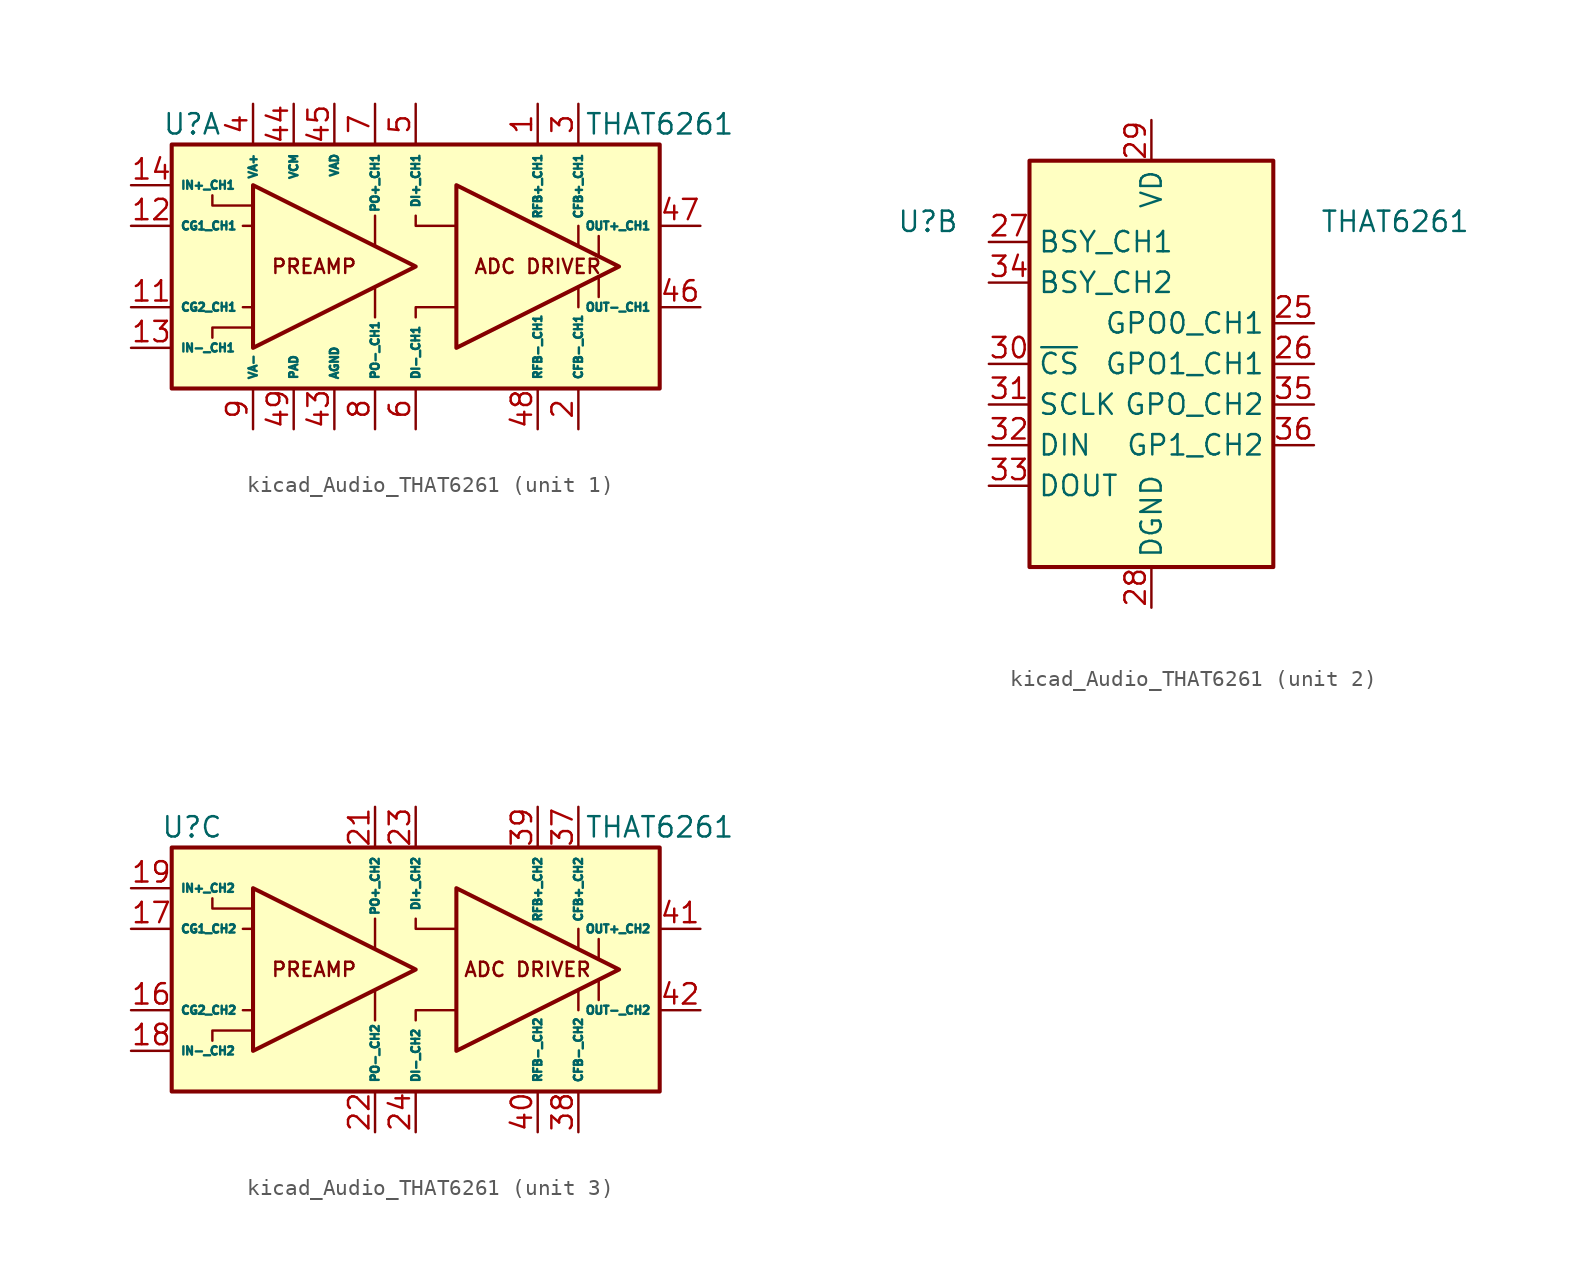
<source format=kicad_sym>
(kicad_symbol_lib
  (version 20220914)
  (generator kicad_symbol_editor)
  (symbol "kicad_Audio_THAT6261"
    (property "Reference" "U"
      (at -13.97 8.89 0)
      (effects (font (size 1.27 1.27))))
    (property "Value" "THAT6261"
      (at 15.24 8.89 0)
      (effects (font (size 1.27 1.27))))
    (property "ki_locked" ""
      (at 0 0 0)
      (effects (font (size 1.27 1.27))))
    (symbol "kicad_Audio_THAT6261_1_0"
      (polyline (pts (xy -10.795 -2.54) (xy -10.16 -2.54)) (stroke (width 0) (type default)) (fill (type none)))
      (polyline (pts (xy -10.795 2.54) (xy -10.16 2.54)) (stroke (width 0) (type default)) (fill (type none)))
      (polyline (pts (xy -2.54 -3.175) (xy -2.54 -1.27)) (stroke (width 0) (type default)) (fill (type none)))
      (polyline (pts (xy -2.54 3.175) (xy -2.54 1.27)) (stroke (width 0) (type default)) (fill (type none)))
      (polyline (pts (xy 10.16 -1.27) (xy 10.16 -2.54)) (stroke (width 0) (type default)) (fill (type none)))
      (polyline (pts (xy 10.16 2.54) (xy 10.16 1.27)) (stroke (width 0) (type default)) (fill (type none)))
      (polyline (pts (xy 11.43 -1.905) (xy 11.43 -0.635)) (stroke (width 0) (type default)) (fill (type none)))
      (polyline (pts (xy 11.43 0.635) (xy 11.43 1.905)) (stroke (width 0) (type default)) (fill (type none)))
      (polyline (pts (xy -12.7 -4.445) (xy -12.7 -3.81) (xy -10.16 -3.81)) (stroke (width 0) (type default)) (fill (type none)))
      (polyline (pts (xy 0 -3.175) (xy 0 -2.54) (xy 2.54 -2.54)) (stroke (width 0) (type default)) (fill (type none)))
      (polyline (pts (xy 0 3.175) (xy 0 2.54) (xy 2.54 2.54)) (stroke (width 0) (type default)) (fill (type none)))
      (polyline (pts (xy -12.7 4.445) (xy -12.7 3.81) (xy -10.795 3.81) (xy -10.16 3.81)) (stroke (width 0) (type default)) (fill (type none)))
      (text "ADC DRIVER" (at 7.62 0 0) (effects (font (size 0.889 0.889))))
      (text "PREAMP" (at -6.35 0 0) (effects (font (size 0.889 0.889)))))
    (symbol "kicad_Audio_THAT6261_1_1"
      (rectangle (start -15.24 7.62) (end 15.24 -7.62) (stroke (width 0.254) (type default)) (fill (type background)))
      (polyline (pts (xy 0 0) (xy -10.16 5.08) (xy -10.16 -5.08) (xy 0 0)) (stroke (width 0.254) (type default)) (fill (type background)))
      (polyline (pts (xy 2.54 -5.08) (xy 2.54 5.08) (xy 12.7 0) (xy 2.54 -5.08)) (stroke (width 0.254) (type default)) (fill (type background)))
      (pin passive line (at 7.62 10.16 270) (length 2.54) (name "RFB+_CH1" (effects (font (size 0.508 0.508)))) (number "1" (effects (font (size 1.27 1.27)))))
      (pin passive line (at -10.16 10.16 270) (length 2.54) hide (name "VA+" (effects (font (size 0.508 0.508)))) (number "10" (effects (font (size 1.27 1.27)))))
      (pin passive line (at -17.78 -2.54 0) (length 2.54) (name "CG2_CH1" (effects (font (size 0.508 0.508)))) (number "11" (effects (font (size 1.27 1.27)))))
      (pin passive line (at -17.78 2.54 0) (length 2.54) (name "CG1_CH1" (effects (font (size 0.508 0.508)))) (number "12" (effects (font (size 1.27 1.27)))))
      (pin input line (at -17.78 -5.08 0) (length 2.54) (name "IN-_CH1" (effects (font (size 0.508 0.508)))) (number "13" (effects (font (size 1.27 1.27)))))
      (pin input line (at -17.78 5.08 0) (length 2.54) (name "IN+_CH1" (effects (font (size 0.508 0.508)))) (number "14" (effects (font (size 1.27 1.27)))))
      (pin passive line (at -10.16 -10.16 90) (length 2.54) hide (name "VA-" (effects (font (size 0.508 0.508)))) (number "15" (effects (font (size 1.27 1.27)))))
      (pin passive line (at 10.16 -10.16 90) (length 2.54) (name "CFB-_CH1" (effects (font (size 0.508 0.508)))) (number "2" (effects (font (size 1.27 1.27)))))
      (pin passive line (at -10.16 -10.16 90) (length 2.54) hide (name "VA-" (effects (font (size 0.508 0.508)))) (number "20" (effects (font (size 1.27 1.27)))))
      (pin passive line (at 10.16 10.16 270) (length 2.54) (name "CFB+_CH1" (effects (font (size 0.508 0.508)))) (number "3" (effects (font (size 1.27 1.27)))))
      (pin power_in line (at -10.16 10.16 270) (length 2.54) (name "VA+" (effects (font (size 0.508 0.508)))) (number "4" (effects (font (size 1.27 1.27)))))
      (pin power_in line (at -5.08 -10.16 90) (length 2.54) (name "AGND" (effects (font (size 0.508 0.508)))) (number "43" (effects (font (size 1.27 1.27)))))
      (pin power_in line (at -7.62 10.16 270) (length 2.54) (name "VCM" (effects (font (size 0.508 0.508)))) (number "44" (effects (font (size 1.27 1.27)))))
      (pin power_in line (at -5.08 10.16 270) (length 2.54) (name "VAD" (effects (font (size 0.508 0.508)))) (number "45" (effects (font (size 1.27 1.27)))))
      (pin output line (at 17.78 -2.54 180) (length 2.54) (name "OUT-_CH1" (effects (font (size 0.508 0.508)))) (number "46" (effects (font (size 1.27 1.27)))))
      (pin output line (at 17.78 2.54 180) (length 2.54) (name "OUT+_CH1" (effects (font (size 0.508 0.508)))) (number "47" (effects (font (size 1.27 1.27)))))
      (pin passive line (at 7.62 -10.16 90) (length 2.54) (name "RFB-_CH1" (effects (font (size 0.508 0.508)))) (number "48" (effects (font (size 1.27 1.27)))))
      (pin passive line (at -7.62 -10.16 90) (length 2.54) (name "PAD" (effects (font (size 0.508 0.508)))) (number "49" (effects (font (size 1.27 1.27)))))
      (pin input line (at 0 10.16 270) (length 2.54) (name "DI+_CH1" (effects (font (size 0.508 0.508)))) (number "5" (effects (font (size 1.27 1.27)))))
      (pin input line (at 0 -10.16 90) (length 2.54) (name "DI-_CH1" (effects (font (size 0.508 0.508)))) (number "6" (effects (font (size 1.27 1.27)))))
      (pin output line (at -2.54 10.16 270) (length 2.54) (name "PO+_CH1" (effects (font (size 0.508 0.508)))) (number "7" (effects (font (size 1.27 1.27)))))
      (pin output line (at -2.54 -10.16 90) (length 2.54) (name "PO-_CH1" (effects (font (size 0.508 0.508)))) (number "8" (effects (font (size 1.27 1.27)))))
      (pin power_in line (at -10.16 -10.16 90) (length 2.54) (name "VA-" (effects (font (size 0.508 0.508)))) (number "9" (effects (font (size 1.27 1.27))))))
    (symbol "kicad_Audio_THAT6261_2_1"
      (rectangle (start -7.62 12.7) (end 7.62 -12.7) (stroke (width 0.254) (type default)) (fill (type background)))
      (pin output line (at 10.16 2.54 180) (length 2.54) (name "GPO0_CH1" (effects (font (size 1.27 1.27)))) (number "25" (effects (font (size 1.27 1.27)))))
      (pin output line (at 10.16 0 180) (length 2.54) (name "GPO1_CH1" (effects (font (size 1.27 1.27)))) (number "26" (effects (font (size 1.27 1.27)))))
      (pin output line (at -10.16 7.62 0) (length 2.54) (name "BSY_CH1" (effects (font (size 1.27 1.27)))) (number "27" (effects (font (size 1.27 1.27)))))
      (pin power_in line (at 0 -15.24 90) (length 2.54) (name "DGND" (effects (font (size 1.27 1.27)))) (number "28" (effects (font (size 1.27 1.27)))))
      (pin power_in line (at 0 15.24 270) (length 2.54) (name "VD" (effects (font (size 1.27 1.27)))) (number "29" (effects (font (size 1.27 1.27)))))
      (pin input line (at -10.16 0 0) (length 2.54) (name "~{CS}" (effects (font (size 1.27 1.27)))) (number "30" (effects (font (size 1.27 1.27)))))
      (pin input line (at -10.16 -2.54 0) (length 2.54) (name "SCLK" (effects (font (size 1.27 1.27)))) (number "31" (effects (font (size 1.27 1.27)))))
      (pin input line (at -10.16 -5.08 0) (length 2.54) (name "DIN" (effects (font (size 1.27 1.27)))) (number "32" (effects (font (size 1.27 1.27)))))
      (pin tri_state line (at -10.16 -7.62 0) (length 2.54) (name "DOUT" (effects (font (size 1.27 1.27)))) (number "33" (effects (font (size 1.27 1.27)))))
      (pin output line (at -10.16 5.08 0) (length 2.54) (name "BSY_CH2" (effects (font (size 1.27 1.27)))) (number "34" (effects (font (size 1.27 1.27)))))
      (pin output line (at 10.16 -2.54 180) (length 2.54) (name "GPO_CH2" (effects (font (size 1.27 1.27)))) (number "35" (effects (font (size 1.27 1.27)))))
      (pin output line (at 10.16 -5.08 180) (length 2.54) (name "GP1_CH2" (effects (font (size 1.27 1.27)))) (number "36" (effects (font (size 1.27 1.27))))))
    (symbol "kicad_Audio_THAT6261_3_0"
      (polyline (pts (xy -10.795 2.54) (xy -10.16 2.54)) (stroke (width 0) (type default)) (fill (type none)))
      (polyline (pts (xy -10.16 -2.54) (xy -10.795 -2.54)) (stroke (width 0) (type default)) (fill (type none)))
      (polyline (pts (xy -2.54 -3.175) (xy -2.54 -1.27)) (stroke (width 0) (type default)) (fill (type none)))
      (polyline (pts (xy -2.54 3.175) (xy -2.54 1.27)) (stroke (width 0) (type default)) (fill (type none)))
      (polyline (pts (xy 10.16 -1.27) (xy 10.16 -2.54)) (stroke (width 0) (type default)) (fill (type none)))
      (polyline (pts (xy 10.16 2.54) (xy 10.16 1.27)) (stroke (width 0) (type default)) (fill (type none)))
      (polyline (pts (xy 11.43 -0.635) (xy 11.43 -1.905)) (stroke (width 0) (type default)) (fill (type none)))
      (polyline (pts (xy 11.43 1.905) (xy 11.43 0.635)) (stroke (width 0) (type default)) (fill (type none)))
      (polyline (pts (xy -12.7 -4.445) (xy -12.7 -3.81) (xy -10.16 -3.81)) (stroke (width 0) (type default)) (fill (type none)))
      (polyline (pts (xy -12.7 4.445) (xy -12.7 3.81) (xy -10.16 3.81)) (stroke (width 0) (type default)) (fill (type none)))
      (polyline (pts (xy 0 -3.175) (xy 0 -2.54) (xy 2.54 -2.54)) (stroke (width 0) (type default)) (fill (type none)))
      (polyline (pts (xy 0 3.175) (xy 0 2.54) (xy 2.54 2.54)) (stroke (width 0) (type default)) (fill (type none)))
      (text "ADC DRIVER" (at 6.985 0 0) (effects (font (size 0.889 0.889))))
      (text "PREAMP" (at -6.35 0 0) (effects (font (size 0.889 0.889)))))
    (symbol "kicad_Audio_THAT6261_3_1"
      (rectangle (start -15.24 7.62) (end 15.24 -7.62) (stroke (width 0.254) (type default)) (fill (type background)))
      (polyline (pts (xy 0 0) (xy -10.16 5.08) (xy -10.16 -5.08) (xy 0 0)) (stroke (width 0.254) (type default)) (fill (type background)))
      (polyline (pts (xy 2.54 -5.08) (xy 2.54 5.08) (xy 12.7 0) (xy 2.54 -5.08)) (stroke (width 0.254) (type default)) (fill (type background)))
      (pin passive line (at -17.78 -2.54 0) (length 2.54) (name "CG2_CH2" (effects (font (size 0.508 0.508)))) (number "16" (effects (font (size 1.27 1.27)))))
      (pin passive line (at -17.78 2.54 0) (length 2.54) (name "CG1_CH2" (effects (font (size 0.508 0.508)))) (number "17" (effects (font (size 1.27 1.27)))))
      (pin input line (at -17.78 -5.08 0) (length 2.54) (name "IN-_CH2" (effects (font (size 0.508 0.508)))) (number "18" (effects (font (size 1.27 1.27)))))
      (pin input line (at -17.78 5.08 0) (length 2.54) (name "IN+_CH2" (effects (font (size 0.508 0.508)))) (number "19" (effects (font (size 1.27 1.27)))))
      (pin output line (at -2.54 10.16 270) (length 2.54) (name "PO+_CH2" (effects (font (size 0.508 0.508)))) (number "21" (effects (font (size 1.27 1.27)))))
      (pin output line (at -2.54 -10.16 90) (length 2.54) (name "PO-_CH2" (effects (font (size 0.508 0.508)))) (number "22" (effects (font (size 1.27 1.27)))))
      (pin input line (at 0 10.16 270) (length 2.54) (name "DI+_CH2" (effects (font (size 0.508 0.508)))) (number "23" (effects (font (size 1.27 1.27)))))
      (pin input line (at 0 -10.16 90) (length 2.54) (name "DI-_CH2" (effects (font (size 0.508 0.508)))) (number "24" (effects (font (size 1.27 1.27)))))
      (pin passive line (at 10.16 10.16 270) (length 2.54) (name "CFB+_CH2" (effects (font (size 0.508 0.508)))) (number "37" (effects (font (size 1.27 1.27)))))
      (pin passive line (at 10.16 -10.16 90) (length 2.54) (name "CFB-_CH2" (effects (font (size 0.508 0.508)))) (number "38" (effects (font (size 1.27 1.27)))))
      (pin passive line (at 7.62 10.16 270) (length 2.54) (name "RFB+_CH2" (effects (font (size 0.508 0.508)))) (number "39" (effects (font (size 1.27 1.27)))))
      (pin passive line (at 7.62 -10.16 90) (length 2.54) (name "RFB-_CH2" (effects (font (size 0.508 0.508)))) (number "40" (effects (font (size 1.27 1.27)))))
      (pin output line (at 17.78 2.54 180) (length 2.54) (name "OUT+_CH2" (effects (font (size 0.508 0.508)))) (number "41" (effects (font (size 1.27 1.27)))))
      (pin output line (at 17.78 -2.54 180) (length 2.54) (name "OUT-_CH2" (effects (font (size 0.508 0.508)))) (number "42" (effects (font (size 1.27 1.27))))))))
</source>
